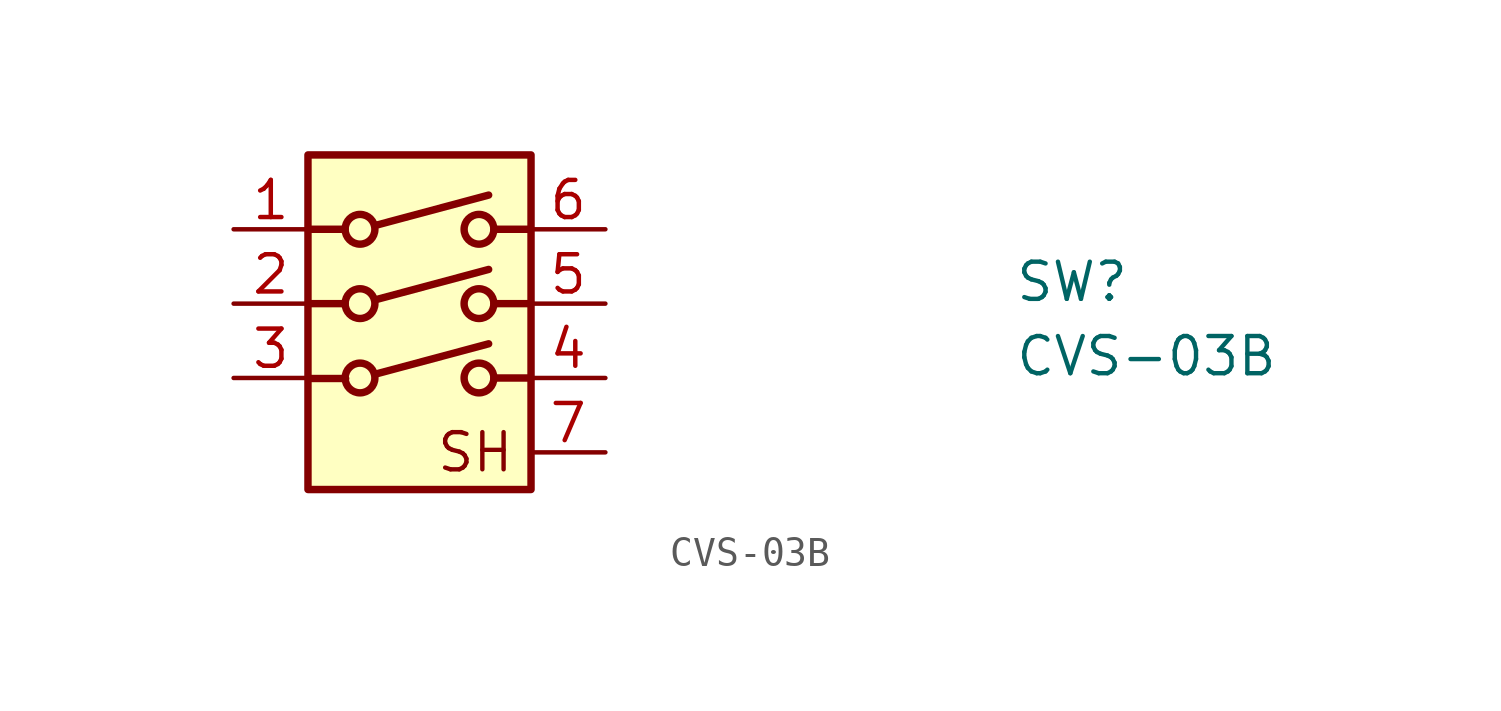
<source format=kicad_sym>
(kicad_symbol_lib
  (version 20211014)
  (generator kicad_symbol_editor)
  (symbol "CVS-03B"
    (pin_names hide)
    (property "Reference" "SW"
      (at 26.67 -2.54 0)
      (effects (font (size 1.27 1.27) (thickness 0.15)) (justify left bottom)))
    (property "Value" "CVS-03B"
      (at 26.67 -5.08 0)
      (effects (font (size 1.27 1.27) (thickness 0.15)) (justify left bottom)))
    (symbol "CVS-03B_1_1"
      (polyline (pts (xy 3.81 -2.54) (xy 2.54 -2.54)) (stroke (width 0.254) (type default) (color 0 0 0 0)) (fill (type none)))
      (polyline (pts (xy 3.81 0) (xy 2.54 0)) (stroke (width 0.254) (type default) (color 0 0 0 0)) (fill (type none)))
      (polyline (pts (xy 3.827 -5.098) (xy 2.557 -5.098)) (stroke (width 0.254) (type default) (color 0 0 0 0)) (fill (type none)))
      (polyline (pts (xy 4.826 -4.953) (xy 8.712 -3.912)) (stroke (width 0.254) (type default) (color 0 0 0 0)) (fill (type none)))
      (polyline (pts (xy 4.826 -2.413) (xy 8.712 -1.372)) (stroke (width 0.254) (type default) (color 0 0 0 0)) (fill (type none)))
      (polyline (pts (xy 4.826 0.127) (xy 8.712 1.168)) (stroke (width 0.254) (type default) (color 0 0 0 0)) (fill (type none)))
      (polyline (pts (xy 10.16 -5.08) (xy 8.89 -5.08)) (stroke (width 0.254) (type default) (color 0 0 0 0)) (fill (type none)))
      (polyline (pts (xy 10.16 -2.54) (xy 8.89 -2.54)) (stroke (width 0.254) (type default) (color 0 0 0 0)) (fill (type none)))
      (polyline (pts (xy 10.16 0) (xy 8.89 0)) (stroke (width 0.254) (type default) (color 0 0 0 0)) (fill (type none)))
      (rectangle (start 2.54 2.54) (end 10.16 -8.89) (stroke (width 0.254) (type default) (color 0 0 0 0)) (fill (type background)))
      (circle (center 4.318 -5.08) (radius 0.508) (stroke (width 0.254) (type default) (color 0 0 0 0)) (fill (type none)))
      (circle (center 4.318 -2.54) (radius 0.508) (stroke (width 0.254) (type default) (color 0 0 0 0)) (fill (type none)))
      (circle (center 4.318 0) (radius 0.508) (stroke (width 0.254) (type default) (color 0 0 0 0)) (fill (type none)))
      (circle (center 8.382 -5.08) (radius 0.508) (stroke (width 0.254) (type default) (color 0 0 0 0)) (fill (type none)))
      (circle (center 8.382 -2.54) (radius 0.508) (stroke (width 0.254) (type default) (color 0 0 0 0)) (fill (type none)))
      (circle (center 8.382 0) (radius 0.508) (stroke (width 0.254) (type default) (color 0 0 0 0)) (fill (type none)))
      (text "SH" (at 8.255 -7.62 0) (effects (font (size 1.27 1.27) (thickness 0.15))))
      (pin passive line (at 0 0 0) (length 2.54) (name "1" (effects (font (size 1.27 1.27)))) (number "1" (effects (font (size 1.27 1.27)))))
      (pin passive line (at 0 -2.54 0) (length 2.54) (name "2" (effects (font (size 1.27 1.27)))) (number "2" (effects (font (size 1.27 1.27)))))
      (pin passive line (at 0 -5.08 0) (length 2.54) (name "3" (effects (font (size 1.27 1.27)))) (number "3" (effects (font (size 1.27 1.27)))))
      (pin passive line (at 12.7 -5.08 180) (length 2.54) (name "4" (effects (font (size 1.27 1.27)))) (number "4" (effects (font (size 1.27 1.27)))))
      (pin passive line (at 12.7 -2.54 180) (length 2.54) (name "5" (effects (font (size 1.27 1.27)))) (number "5" (effects (font (size 1.27 1.27)))))
      (pin passive line (at 12.7 0 180) (length 2.54) (name "6" (effects (font (size 1.27 1.27)))) (number "6" (effects (font (size 1.27 1.27)))))
      (pin power_in line (at 12.7 -7.62 180) (length 2.54) (name "7" (effects (font (size 1.27 1.27)))) (number "7" (effects (font (size 1.27 1.27))))))))
</source>
